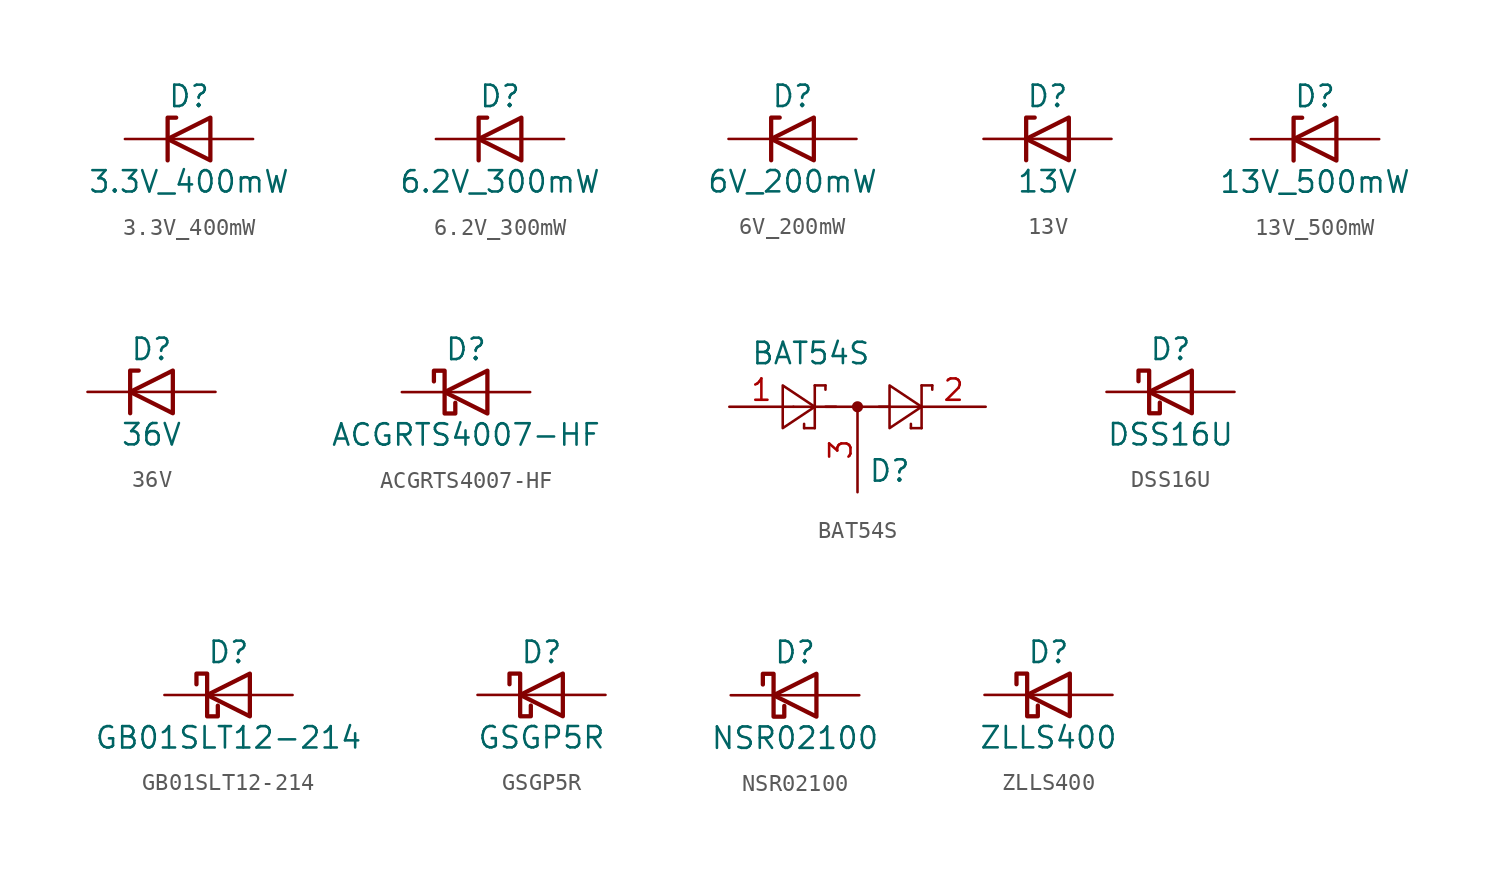
<source format=kicad_sym>
(kicad_symbol_lib
  (version 20231120)
  (generator "kicad_symbol_editor")
  (generator_version "8.0")
  (symbol "3.3V_400mW"
    (pin_numbers hide)
    (pin_names
      (offset 1.016) hide)
    (property "Reference" "D"
      (at 0 2.54 0)
      (effects (font (size 1.27 1.27))))
    (property "Value" "3.3V_400mW"
      (at 0 -2.54 0)
      (effects (font (size 1.27 1.27))))
    (symbol "3.3V_400mW_0_1"
      (polyline (pts (xy 1.27 0) (xy -1.27 0)) (stroke (width 0) (type default)) (fill (type none)))
      (polyline (pts (xy -1.27 -1.27) (xy -1.27 1.27) (xy -0.762 1.27)) (stroke (width 0.254) (type default)) (fill (type none)))
      (polyline (pts (xy 1.27 -1.27) (xy 1.27 1.27) (xy -1.27 0) (xy 1.27 -1.27)) (stroke (width 0.254) (type default)) (fill (type none))))
    (symbol "3.3V_400mW_1_1"
      (pin passive line (at -3.81 0 0) (length 2.54) (name "K" (effects (font (size 1.27 1.27)))) (number "1" (effects (font (size 1.27 1.27)))))
      (pin passive line (at 3.81 0 180) (length 2.54) (name "A" (effects (font (size 1.27 1.27)))) (number "2" (effects (font (size 1.27 1.27)))))))
  (symbol "6.2V_300mW"
    (pin_numbers hide)
    (pin_names
      (offset 1.016) hide)
    (property "Reference" "D"
      (at 0 2.54 0)
      (effects (font (size 1.27 1.27))))
    (property "Value" "6.2V_300mW"
      (at 0 -2.54 0)
      (effects (font (size 1.27 1.27))))
    (symbol "6.2V_300mW_0_1"
      (polyline (pts (xy 1.27 0) (xy -1.27 0)) (stroke (width 0) (type default)) (fill (type none)))
      (polyline (pts (xy -1.27 -1.27) (xy -1.27 1.27) (xy -0.762 1.27)) (stroke (width 0.254) (type default)) (fill (type none)))
      (polyline (pts (xy 1.27 -1.27) (xy 1.27 1.27) (xy -1.27 0) (xy 1.27 -1.27)) (stroke (width 0.254) (type default)) (fill (type none))))
    (symbol "6.2V_300mW_1_1"
      (pin passive line (at -3.81 0 0) (length 2.54) (name "K" (effects (font (size 1.27 1.27)))) (number "1" (effects (font (size 1.27 1.27)))))
      (pin passive line (at 3.81 0 180) (length 2.54) (name "A" (effects (font (size 1.27 1.27)))) (number "2" (effects (font (size 1.27 1.27)))))))
  (symbol "6V_200mW"
    (pin_numbers hide)
    (pin_names
      (offset 1.016) hide)
    (property "Reference" "D"
      (at 0 2.54 0)
      (effects (font (size 1.27 1.27))))
    (property "Value" "6V_200mW"
      (at 0 -2.54 0)
      (effects (font (size 1.27 1.27))))
    (symbol "6V_200mW_0_1"
      (polyline (pts (xy 1.27 0) (xy -1.27 0)) (stroke (width 0) (type default)) (fill (type none)))
      (polyline (pts (xy -1.27 -1.27) (xy -1.27 1.27) (xy -0.762 1.27)) (stroke (width 0.254) (type default)) (fill (type none)))
      (polyline (pts (xy 1.27 -1.27) (xy 1.27 1.27) (xy -1.27 0) (xy 1.27 -1.27)) (stroke (width 0.254) (type default)) (fill (type none))))
    (symbol "6V_200mW_1_1"
      (pin passive line (at -3.81 0 0) (length 2.54) (name "K" (effects (font (size 1.27 1.27)))) (number "1" (effects (font (size 1.27 1.27)))))
      (pin passive line (at 3.81 0 180) (length 2.54) (name "A" (effects (font (size 1.27 1.27)))) (number "2" (effects (font (size 1.27 1.27)))))))
  (symbol "13V"
    (pin_numbers hide)
    (pin_names
      (offset 1.016) hide)
    (property "Reference" "D"
      (at 0 2.54 0)
      (effects (font (size 1.27 1.27))))
    (property "Value" "13V"
      (at 0 -2.54 0)
      (effects (font (size 1.27 1.27))))
    (symbol "13V_0_1"
      (polyline (pts (xy 1.27 0) (xy -1.27 0)) (stroke (width 0) (type default)) (fill (type none)))
      (polyline (pts (xy -1.27 -1.27) (xy -1.27 1.27) (xy -0.762 1.27)) (stroke (width 0.254) (type default)) (fill (type none)))
      (polyline (pts (xy 1.27 -1.27) (xy 1.27 1.27) (xy -1.27 0) (xy 1.27 -1.27)) (stroke (width 0.254) (type default)) (fill (type none))))
    (symbol "13V_1_1"
      (pin passive line (at -3.81 0 0) (length 2.54) (name "K" (effects (font (size 1.27 1.27)))) (number "1" (effects (font (size 1.27 1.27)))))
      (pin passive line (at 3.81 0 180) (length 2.54) (name "A" (effects (font (size 1.27 1.27)))) (number "2" (effects (font (size 1.27 1.27)))))))
  (symbol "13V_500mW"
    (pin_numbers hide)
    (pin_names
      (offset 1.016) hide)
    (property "Reference" "D"
      (at 0 2.54 0)
      (effects (font (size 1.27 1.27))))
    (property "Value" "13V_500mW"
      (at 0 -2.54 0)
      (effects (font (size 1.27 1.27))))
    (symbol "13V_500mW_0_1"
      (polyline (pts (xy 1.27 0) (xy -1.27 0)) (stroke (width 0) (type default)) (fill (type none)))
      (polyline (pts (xy -1.27 -1.27) (xy -1.27 1.27) (xy -0.762 1.27)) (stroke (width 0.254) (type default)) (fill (type none)))
      (polyline (pts (xy 1.27 -1.27) (xy 1.27 1.27) (xy -1.27 0) (xy 1.27 -1.27)) (stroke (width 0.254) (type default)) (fill (type none))))
    (symbol "13V_500mW_1_1"
      (pin passive line (at -3.81 0 0) (length 2.54) (name "K" (effects (font (size 1.27 1.27)))) (number "1" (effects (font (size 1.27 1.27)))))
      (pin passive line (at 3.81 0 180) (length 2.54) (name "A" (effects (font (size 1.27 1.27)))) (number "2" (effects (font (size 1.27 1.27)))))))
  (symbol "36V"
    (pin_numbers hide)
    (pin_names
      (offset 1.016) hide)
    (property "Reference" "D"
      (at 0 2.54 0)
      (effects (font (size 1.27 1.27))))
    (property "Value" "36V"
      (at 0 -2.54 0)
      (effects (font (size 1.27 1.27))))
    (symbol "36V_0_1"
      (polyline (pts (xy 1.27 0) (xy -1.27 0)) (stroke (width 0) (type default)) (fill (type none)))
      (polyline (pts (xy -1.27 -1.27) (xy -1.27 1.27) (xy -0.762 1.27)) (stroke (width 0.254) (type default)) (fill (type none)))
      (polyline (pts (xy 1.27 -1.27) (xy 1.27 1.27) (xy -1.27 0) (xy 1.27 -1.27)) (stroke (width 0.254) (type default)) (fill (type none))))
    (symbol "36V_1_1"
      (pin passive line (at -3.81 0 0) (length 2.54) (name "K" (effects (font (size 1.27 1.27)))) (number "1" (effects (font (size 1.27 1.27)))))
      (pin passive line (at 3.81 0 180) (length 2.54) (name "A" (effects (font (size 1.27 1.27)))) (number "2" (effects (font (size 1.27 1.27)))))))
  (symbol "ACGRTS4007-HF"
    (pin_numbers hide)
    (pin_names
      (offset 1.016) hide)
    (property "Reference" "D"
      (at 0 2.54 0)
      (effects (font (size 1.27 1.27))))
    (property "Value" "ACGRTS4007-HF"
      (at 0 -2.54 0)
      (effects (font (size 1.27 1.27))))
    (symbol "ACGRTS4007-HF_0_1"
      (polyline (pts (xy 1.27 0) (xy -1.27 0)) (stroke (width 0) (type default)) (fill (type none)))
      (polyline (pts (xy 1.27 1.27) (xy 1.27 -1.27) (xy -1.27 0) (xy 1.27 1.27)) (stroke (width 0.254) (type default)) (fill (type none)))
      (polyline (pts (xy -1.905 0.635) (xy -1.905 1.27) (xy -1.27 1.27) (xy -1.27 -1.27) (xy -0.635 -1.27) (xy -0.635 -0.635)) (stroke (width 0.254) (type default)) (fill (type none))))
    (symbol "ACGRTS4007-HF_1_1"
      (pin passive line (at -3.81 0 0) (length 2.54) (name "K" (effects (font (size 1.27 1.27)))) (number "1" (effects (font (size 1.27 1.27)))))
      (pin passive line (at 3.81 0 180) (length 2.54) (name "A" (effects (font (size 1.27 1.27)))) (number "2" (effects (font (size 1.27 1.27)))))))
  (symbol "BAT54S"
    (pin_names
      (offset 1.016))
    (property "Reference" "D"
      (at 0.635 -3.81 0)
      (effects (font (size 1.27 1.27)) (justify left)))
    (property "Value" "BAT54S"
      (at -6.35 3.175 0)
      (effects (font (size 1.27 1.27)) (justify left)))
    (symbol "BAT54S_0_1"
      (polyline (pts (xy -3.81 0) (xy -1.27 0)) (stroke (width 0) (type default)) (fill (type none)))
      (polyline (pts (xy -3.175 -1.27) (xy -3.175 -1.016)) (stroke (width 0) (type default)) (fill (type none)))
      (polyline (pts (xy -2.54 -1.27) (xy -3.175 -1.27)) (stroke (width 0) (type default)) (fill (type none)))
      (polyline (pts (xy -2.54 -1.27) (xy -2.54 1.27)) (stroke (width 0) (type default)) (fill (type none)))
      (polyline (pts (xy -2.54 1.27) (xy -1.905 1.27)) (stroke (width 0) (type default)) (fill (type none)))
      (polyline (pts (xy -1.905 0) (xy 1.905 0)) (stroke (width 0) (type default)) (fill (type none)))
      (polyline (pts (xy -1.905 1.27) (xy -1.905 1.016)) (stroke (width 0) (type default)) (fill (type none)))
      (polyline (pts (xy 1.27 0) (xy 3.81 0)) (stroke (width 0) (type default)) (fill (type none)))
      (polyline (pts (xy 3.175 -1.27) (xy 3.175 -1.016)) (stroke (width 0) (type default)) (fill (type none)))
      (polyline (pts (xy 3.81 -1.27) (xy 3.175 -1.27)) (stroke (width 0) (type default)) (fill (type none)))
      (polyline (pts (xy 3.81 -1.27) (xy 3.81 1.27)) (stroke (width 0) (type default)) (fill (type none)))
      (polyline (pts (xy 3.81 1.27) (xy 4.445 1.27)) (stroke (width 0) (type default)) (fill (type none)))
      (polyline (pts (xy 4.445 1.27) (xy 4.445 1.016)) (stroke (width 0) (type default)) (fill (type none)))
      (polyline (pts (xy -4.445 1.27) (xy -4.445 -1.27) (xy -2.54 0) (xy -4.445 1.27)) (stroke (width 0) (type default)) (fill (type none)))
      (polyline (pts (xy 1.905 1.27) (xy 1.905 -1.27) (xy 3.81 0) (xy 1.905 1.27)) (stroke (width 0) (type default)) (fill (type none)))
      (circle (center 0 0) (radius 0.254) (stroke (width 0) (type default)) (fill (type outline))))
    (symbol "BAT54S_1_1"
      (pin passive line (at -7.62 0 0) (length 3.81) (name "~" (effects (font (size 1.27 1.27)))) (number "1" (effects (font (size 1.27 1.27)))))
      (pin passive line (at 7.62 0 180) (length 3.81) (name "~" (effects (font (size 1.27 1.27)))) (number "2" (effects (font (size 1.27 1.27)))))
      (pin passive line (at 0 -5.08 90) (length 5.08) (name "~" (effects (font (size 1.27 1.27)))) (number "3" (effects (font (size 1.27 1.27)))))))
  (symbol "DSS16U"
    (pin_numbers hide)
    (pin_names
      (offset 1.016) hide)
    (property "Reference" "D"
      (at 0 2.54 0)
      (effects (font (size 1.27 1.27))))
    (property "Value" "DSS16U"
      (at 0 -2.54 0)
      (effects (font (size 1.27 1.27))))
    (symbol "DSS16U_0_1"
      (polyline (pts (xy 1.27 0) (xy -1.27 0)) (stroke (width 0) (type default)) (fill (type none)))
      (polyline (pts (xy 1.27 1.27) (xy 1.27 -1.27) (xy -1.27 0) (xy 1.27 1.27)) (stroke (width 0.254) (type default)) (fill (type none)))
      (polyline (pts (xy -1.905 0.635) (xy -1.905 1.27) (xy -1.27 1.27) (xy -1.27 -1.27) (xy -0.635 -1.27) (xy -0.635 -0.635)) (stroke (width 0.254) (type default)) (fill (type none))))
    (symbol "DSS16U_1_1"
      (pin passive line (at -3.81 0 0) (length 2.54) (name "K" (effects (font (size 1.27 1.27)))) (number "1" (effects (font (size 1.27 1.27)))))
      (pin passive line (at 3.81 0 180) (length 2.54) (name "A" (effects (font (size 1.27 1.27)))) (number "2" (effects (font (size 1.27 1.27)))))))
  (symbol "GB01SLT12-214"
    (pin_numbers hide)
    (pin_names
      (offset 1.016) hide)
    (property "Reference" "D"
      (at 0 2.54 0)
      (effects (font (size 1.27 1.27))))
    (property "Value" "GB01SLT12-214"
      (at 0 -2.54 0)
      (effects (font (size 1.27 1.27))))
    (symbol "GB01SLT12-214_0_1"
      (polyline (pts (xy 1.27 0) (xy -1.27 0)) (stroke (width 0) (type default)) (fill (type none)))
      (polyline (pts (xy 1.27 1.27) (xy 1.27 -1.27) (xy -1.27 0) (xy 1.27 1.27)) (stroke (width 0.254) (type default)) (fill (type none)))
      (polyline (pts (xy -1.905 0.635) (xy -1.905 1.27) (xy -1.27 1.27) (xy -1.27 -1.27) (xy -0.635 -1.27) (xy -0.635 -0.635)) (stroke (width 0.254) (type default)) (fill (type none))))
    (symbol "GB01SLT12-214_1_1"
      (pin passive line (at -3.81 0 0) (length 2.54) (name "K" (effects (font (size 1.27 1.27)))) (number "1" (effects (font (size 1.27 1.27)))))
      (pin passive line (at 3.81 0 180) (length 2.54) (name "A" (effects (font (size 1.27 1.27)))) (number "2" (effects (font (size 1.27 1.27)))))))
  (symbol "GSGP5R"
    (pin_numbers hide)
    (pin_names
      (offset 1.016) hide)
    (property "Reference" "D"
      (at 0 2.54 0)
      (effects (font (size 1.27 1.27))))
    (property "Value" "GSGP5R"
      (at 0 -2.54 0)
      (effects (font (size 1.27 1.27))))
    (symbol "GSGP5R_0_1"
      (polyline (pts (xy 1.27 0) (xy -1.27 0)) (stroke (width 0) (type default)) (fill (type none)))
      (polyline (pts (xy 1.27 1.27) (xy 1.27 -1.27) (xy -1.27 0) (xy 1.27 1.27)) (stroke (width 0.254) (type default)) (fill (type none)))
      (polyline (pts (xy -1.905 0.635) (xy -1.905 1.27) (xy -1.27 1.27) (xy -1.27 -1.27) (xy -0.635 -1.27) (xy -0.635 -0.635)) (stroke (width 0.254) (type default)) (fill (type none))))
    (symbol "GSGP5R_1_1"
      (pin passive line (at -3.81 0 0) (length 2.54) (name "K" (effects (font (size 1.27 1.27)))) (number "1" (effects (font (size 1.27 1.27)))))
      (pin passive line (at 3.81 0 180) (length 2.54) (name "A" (effects (font (size 1.27 1.27)))) (number "2" (effects (font (size 1.27 1.27)))))))
  (symbol "NSR02100"
    (pin_numbers hide)
    (pin_names
      (offset 1.016) hide)
    (property "Reference" "D"
      (at 0 2.54 0)
      (effects (font (size 1.27 1.27))))
    (property "Value" "NSR02100"
      (at 0 -2.54 0)
      (effects (font (size 1.27 1.27))))
    (symbol "NSR02100_0_1"
      (polyline (pts (xy 1.27 0) (xy -1.27 0)) (stroke (width 0) (type default)) (fill (type none)))
      (polyline (pts (xy 1.27 1.27) (xy 1.27 -1.27) (xy -1.27 0) (xy 1.27 1.27)) (stroke (width 0.254) (type default)) (fill (type none)))
      (polyline (pts (xy -1.905 0.635) (xy -1.905 1.27) (xy -1.27 1.27) (xy -1.27 -1.27) (xy -0.635 -1.27) (xy -0.635 -0.635)) (stroke (width 0.254) (type default)) (fill (type none))))
    (symbol "NSR02100_1_1"
      (pin passive line (at -3.81 0 0) (length 2.54) (name "K" (effects (font (size 1.27 1.27)))) (number "1" (effects (font (size 1.27 1.27)))))
      (pin passive line (at 3.81 0 180) (length 2.54) (name "A" (effects (font (size 1.27 1.27)))) (number "2" (effects (font (size 1.27 1.27)))))))
  (symbol "ZLLS400"
    (pin_numbers hide)
    (pin_names
      (offset 1.016) hide)
    (property "Reference" "D"
      (at 0 2.54 0)
      (effects (font (size 1.27 1.27))))
    (property "Value" "ZLLS400"
      (at 0 -2.54 0)
      (effects (font (size 1.27 1.27))))
    (symbol "ZLLS400_0_1"
      (polyline (pts (xy 1.27 0) (xy -1.27 0)) (stroke (width 0) (type default)) (fill (type none)))
      (polyline (pts (xy 1.27 1.27) (xy 1.27 -1.27) (xy -1.27 0) (xy 1.27 1.27)) (stroke (width 0.254) (type default)) (fill (type none)))
      (polyline (pts (xy -1.905 0.635) (xy -1.905 1.27) (xy -1.27 1.27) (xy -1.27 -1.27) (xy -0.635 -1.27) (xy -0.635 -0.635)) (stroke (width 0.254) (type default)) (fill (type none))))
    (symbol "ZLLS400_1_1"
      (pin passive line (at -3.81 0 0) (length 2.54) (name "K" (effects (font (size 1.27 1.27)))) (number "1" (effects (font (size 1.27 1.27)))))
      (pin passive line (at 3.81 0 180) (length 2.54) (name "A" (effects (font (size 1.27 1.27)))) (number "2" (effects (font (size 1.27 1.27))))))))
</source>
